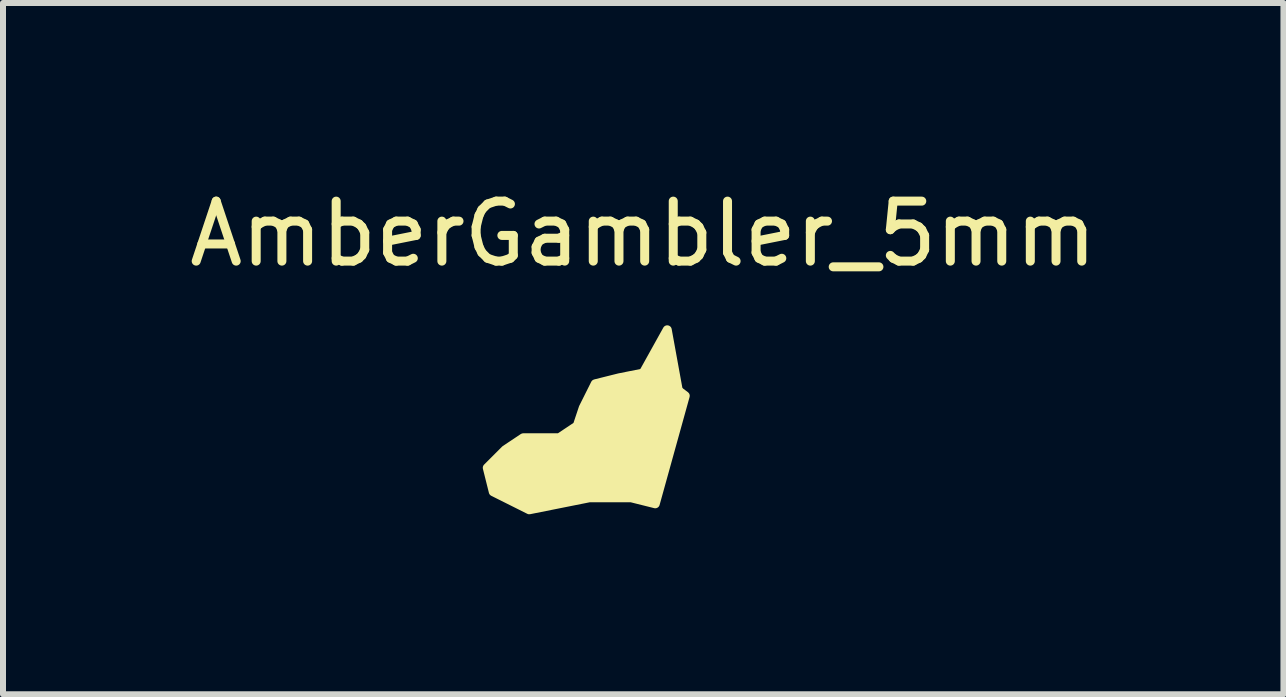
<source format=kicad_pcb>
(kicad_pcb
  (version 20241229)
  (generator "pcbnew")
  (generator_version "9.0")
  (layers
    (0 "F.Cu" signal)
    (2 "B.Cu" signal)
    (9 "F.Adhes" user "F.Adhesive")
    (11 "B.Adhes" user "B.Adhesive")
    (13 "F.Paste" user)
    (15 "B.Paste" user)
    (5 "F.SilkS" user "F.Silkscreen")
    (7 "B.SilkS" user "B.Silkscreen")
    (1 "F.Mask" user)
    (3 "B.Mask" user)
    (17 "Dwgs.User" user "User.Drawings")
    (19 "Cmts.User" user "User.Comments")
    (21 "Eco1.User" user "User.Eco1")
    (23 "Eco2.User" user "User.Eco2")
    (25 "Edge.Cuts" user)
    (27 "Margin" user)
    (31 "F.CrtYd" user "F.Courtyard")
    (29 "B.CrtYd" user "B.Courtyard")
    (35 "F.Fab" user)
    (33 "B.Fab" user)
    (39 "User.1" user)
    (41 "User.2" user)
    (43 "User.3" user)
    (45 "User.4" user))
  (footprint "AmberGambler_5mm"
    (layer "F.Cu")
    (at 7.673 0.348)
    (property "Reference" "AmberGambler_5mm" (at 0 0.5 0) (layer "F.SilkS") (effects (font (size 1 1) (thickness 0.15))))
    (attr through_hole)
    (fp_poly (pts (xy -0.1 3) (xy 0.4 2.1) (xy 0.6 3.2)) (stroke (width 0.15) (type solid)) (fill yes) (layer "F.SilkS"))
    (fp_poly (pts (xy 0.2 5) (xy -0.2 4.9) (xy -0.9 4.9) (xy -1.9 5.1) (xy -2.5 4.8) (xy -2.6 4.4) (xy -2.3 4.1) (xy -2 3.9) (xy -1.4 3.9) (xy -1.1 3.7) (xy -1 3.4) (xy -0.8 3) (xy -0.4 2.9) (xy 0.1 2.8) (xy 0.3 2.9) (xy 0.7 3.2)) (stroke (width 0.15) (type solid)) (fill yes) (layer "F.SilkS")))
  (gr_rect
    (start -3 -3)
    (end 18.345 8.523)
    (stroke (width 0.1) (type default))
    (fill no)
    (layer "Edge.Cuts")))
</source>
